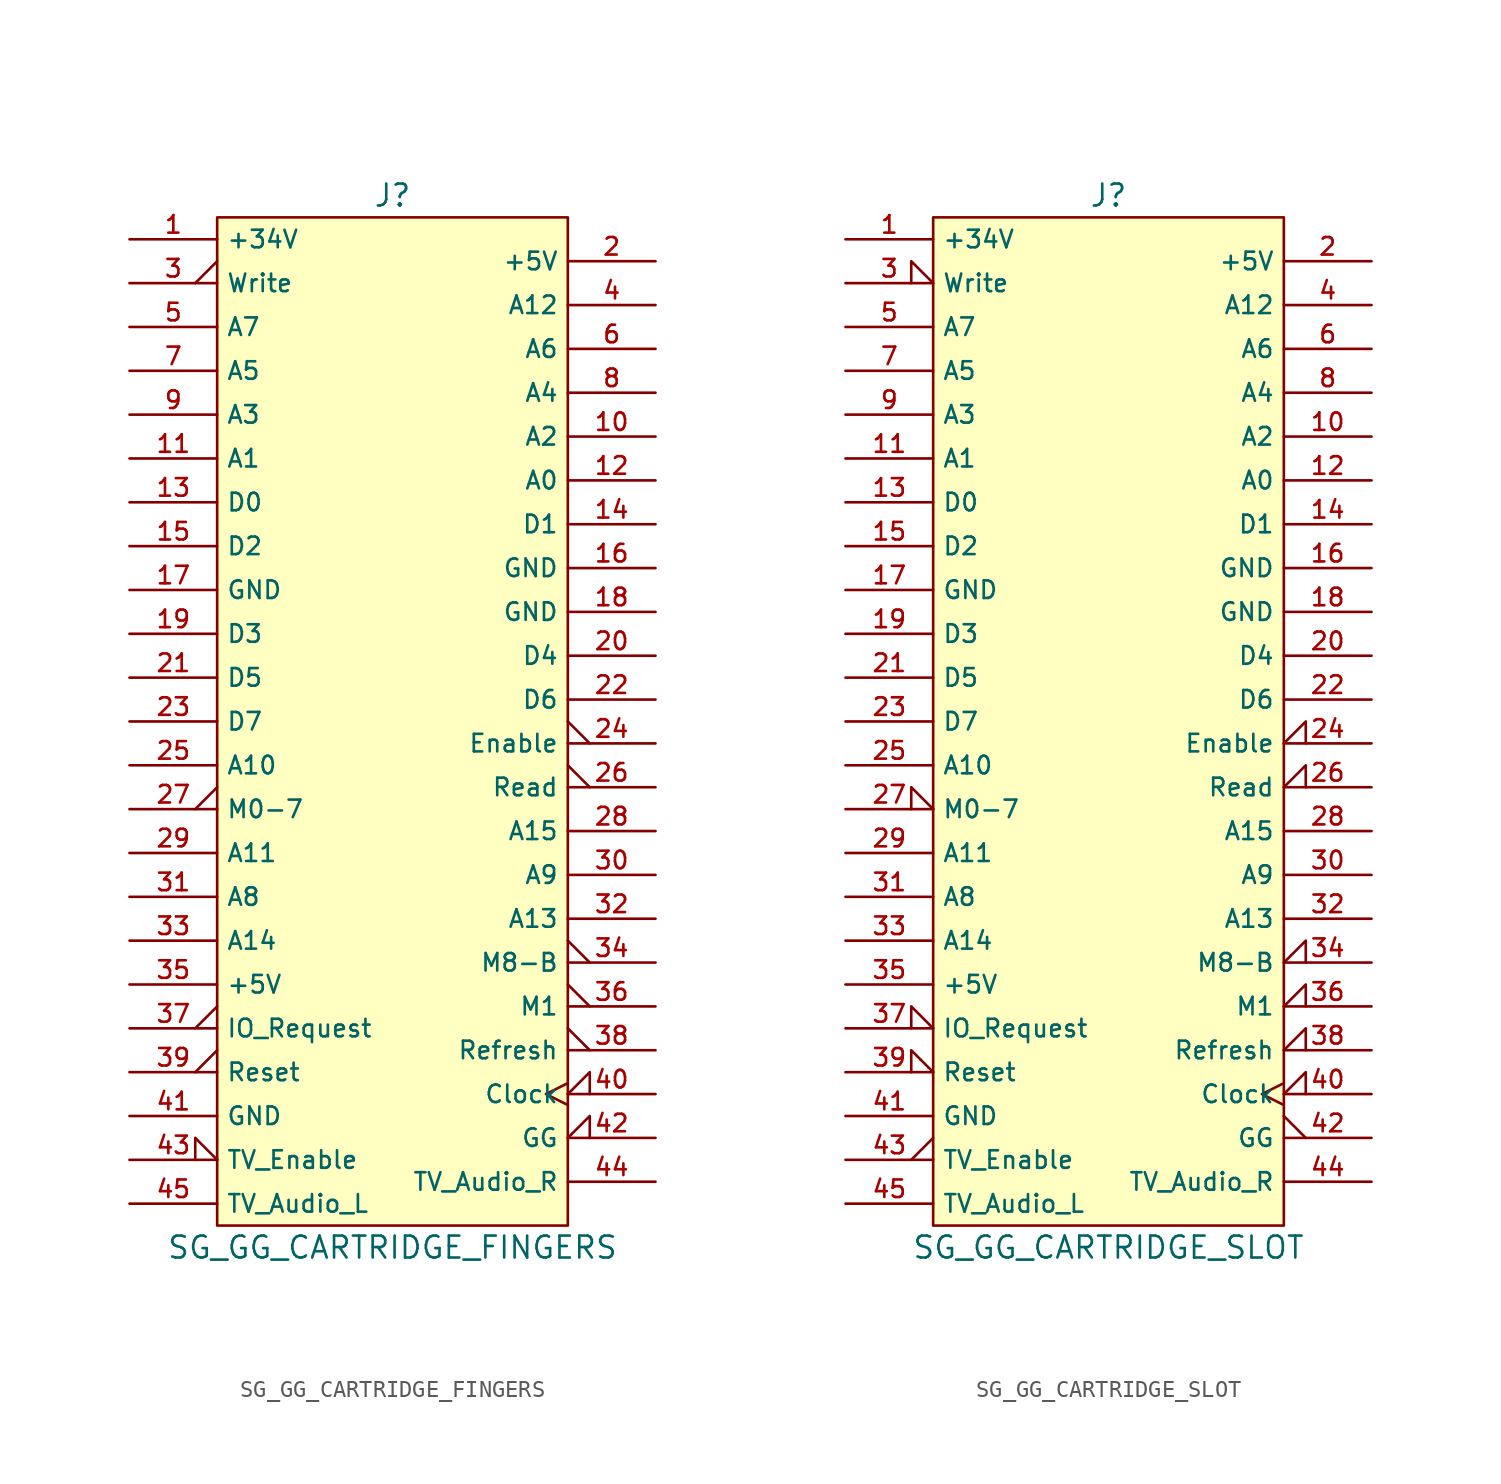
<source format=kicad_sym>
(kicad_symbol_lib
  (version 20211014)
  (generator kicad_symbol_editor)
  (symbol "SG_GG_CARTRIDGE_FINGERS"
    (property "Reference" "J"
      (at 0 30.48 0)
      (effects (font (size 1.27 1.27))))
    (property "Value" "SG_GG_CARTRIDGE_FINGERS"
      (at 0 -30.48 0)
      (effects (font (size 1.27 1.27))))
    (symbol "SG_GG_CARTRIDGE_FINGERS_0_0"
      (pin power_out line (at 15.24 26.67 180) (length 5.08) (name "+5V" (effects (font (size 1.016 1.016)))) (number "2" (effects (font (size 1.016 1.016)))))
      (pin output line (at -15.24 -7.62 0) (length 5.08) (name "A11" (effects (font (size 1.016 1.016)))) (number "29" (effects (font (size 1.016 1.016)))))
      (pin output line (at -15.24 -10.16 0) (length 5.08) (name "A8" (effects (font (size 1.016 1.016)))) (number "31" (effects (font (size 1.016 1.016)))))
      (pin output line (at -15.24 -12.7 0) (length 5.08) (name "A14" (effects (font (size 1.016 1.016)))) (number "33" (effects (font (size 1.016 1.016)))))
      (pin passive line (at -15.24 -15.24 0) (length 5.08) (name "+5V" (effects (font (size 1.016 1.016)))) (number "35" (effects (font (size 1.016 1.016))))))
    (symbol "SG_GG_CARTRIDGE_FINGERS_0_1"
      (rectangle (start -10.16 29.21) (end 10.16 -29.21) (stroke (width 0) (type default) (color 0 0 0 0)) (fill (type background))))
    (symbol "SG_GG_CARTRIDGE_FINGERS_1_1"
      (pin power_out line (at -15.24 27.94 0) (length 5.08) (name "+34V" (effects (font (size 1.016 1.016)))) (number "1" (effects (font (size 1.016 1.016)))))
      (pin output line (at 15.24 16.51 180) (length 5.08) (name "A2" (effects (font (size 1.016 1.016)))) (number "10" (effects (font (size 1.016 1.016)))))
      (pin output line (at -15.24 15.24 0) (length 5.08) (name "A1" (effects (font (size 1.016 1.016)))) (number "11" (effects (font (size 1.016 1.016)))))
      (pin output line (at 15.24 13.97 180) (length 5.08) (name "A0" (effects (font (size 1.016 1.016)))) (number "12" (effects (font (size 1.016 1.016)))))
      (pin bidirectional line (at -15.24 12.7 0) (length 5.08) (name "D0" (effects (font (size 1.016 1.016)))) (number "13" (effects (font (size 1.016 1.016)))))
      (pin bidirectional line (at 15.24 11.43 180) (length 5.08) (name "D1" (effects (font (size 1.016 1.016)))) (number "14" (effects (font (size 1.016 1.016)))))
      (pin bidirectional line (at -15.24 10.16 0) (length 5.08) (name "D2" (effects (font (size 1.016 1.016)))) (number "15" (effects (font (size 1.016 1.016)))))
      (pin passive line (at 15.24 8.89 180) (length 5.08) (name "GND" (effects (font (size 1.016 1.016)))) (number "16" (effects (font (size 1.016 1.016)))))
      (pin power_out line (at -15.24 7.62 0) (length 5.08) (name "GND" (effects (font (size 1.016 1.016)))) (number "17" (effects (font (size 1.016 1.016)))))
      (pin passive line (at 15.24 6.35 180) (length 5.08) (name "GND" (effects (font (size 1.016 1.016)))) (number "18" (effects (font (size 1.016 1.016)))))
      (pin bidirectional line (at -15.24 5.08 0) (length 5.08) (name "D3" (effects (font (size 1.016 1.016)))) (number "19" (effects (font (size 1.016 1.016)))))
      (pin bidirectional line (at 15.24 3.81 180) (length 5.08) (name "D4" (effects (font (size 1.016 1.016)))) (number "20" (effects (font (size 1.016 1.016)))))
      (pin bidirectional line (at -15.24 2.54 0) (length 5.08) (name "D5" (effects (font (size 1.016 1.016)))) (number "21" (effects (font (size 1.016 1.016)))))
      (pin bidirectional line (at 15.24 1.27 180) (length 5.08) (name "D6" (effects (font (size 1.016 1.016)))) (number "22" (effects (font (size 1.016 1.016)))))
      (pin bidirectional line (at -15.24 0 0) (length 5.08) (name "D7" (effects (font (size 1.016 1.016)))) (number "23" (effects (font (size 1.016 1.016)))))
      (pin output output_low (at 15.24 -1.27 180) (length 5.08) (name "Enable" (effects (font (size 1.016 1.016)))) (number "24" (effects (font (size 1.016 1.016)))))
      (pin output line (at -15.24 -2.54 0) (length 5.08) (name "A10" (effects (font (size 1.016 1.016)))) (number "25" (effects (font (size 1.016 1.016)))))
      (pin output output_low (at 15.24 -3.81 180) (length 5.08) (name "Read" (effects (font (size 1.016 1.016)))) (number "26" (effects (font (size 1.016 1.016)))))
      (pin output output_low (at -15.24 -5.08 0) (length 5.08) (name "M0-7" (effects (font (size 1.016 1.016)))) (number "27" (effects (font (size 1.016 1.016)))))
      (pin output line (at 15.24 -6.35 180) (length 5.08) (name "A15" (effects (font (size 1.016 1.016)))) (number "28" (effects (font (size 1.016 1.016)))))
      (pin output output_low (at -15.24 25.4 0) (length 5.08) (name "Write" (effects (font (size 1.016 1.016)))) (number "3" (effects (font (size 1.016 1.016)))))
      (pin output line (at 15.24 -8.89 180) (length 5.08) (name "A9" (effects (font (size 1.016 1.016)))) (number "30" (effects (font (size 1.016 1.016)))))
      (pin output line (at 15.24 -11.43 180) (length 5.08) (name "A13" (effects (font (size 1.016 1.016)))) (number "32" (effects (font (size 1.016 1.016)))))
      (pin output output_low (at 15.24 -13.97 180) (length 5.08) (name "M8-B" (effects (font (size 1.016 1.016)))) (number "34" (effects (font (size 1.016 1.016)))))
      (pin output output_low (at 15.24 -16.51 180) (length 5.08) (name "M1" (effects (font (size 1.016 1.016)))) (number "36" (effects (font (size 1.016 1.016)))))
      (pin output output_low (at -15.24 -17.78 0) (length 5.08) (name "IO_Request" (effects (font (size 1.016 1.016)))) (number "37" (effects (font (size 1.016 1.016)))))
      (pin output output_low (at 15.24 -19.05 180) (length 5.08) (name "Refresh" (effects (font (size 1.016 1.016)))) (number "38" (effects (font (size 1.016 1.016)))))
      (pin output output_low (at -15.24 -20.32 0) (length 5.08) (name "Reset" (effects (font (size 1.016 1.016)))) (number "39" (effects (font (size 1.016 1.016)))))
      (pin output line (at 15.24 24.13 180) (length 5.08) (name "A12" (effects (font (size 1.016 1.016)))) (number "4" (effects (font (size 1.016 1.016)))))
      (pin output clock_low (at 15.24 -21.59 180) (length 5.08) (name "Clock" (effects (font (size 1.016 1.016)))) (number "40" (effects (font (size 1.016 1.016)))))
      (pin passive line (at -15.24 -22.86 0) (length 5.08) (name "GND" (effects (font (size 1.016 1.016)))) (number "41" (effects (font (size 1.016 1.016)))))
      (pin input input_low (at 15.24 -24.13 180) (length 5.08) (name "GG" (effects (font (size 1.016 1.016)))) (number "42" (effects (font (size 1.016 1.016)))))
      (pin input input_low (at -15.24 -25.4 0) (length 5.08) (name "TV_Enable" (effects (font (size 1.016 1.016)))) (number "43" (effects (font (size 1.016 1.016)))))
      (pin input line (at 15.24 -26.67 180) (length 5.08) (name "TV_Audio_R" (effects (font (size 1.016 1.016)))) (number "44" (effects (font (size 1.016 1.016)))))
      (pin input line (at -15.24 -27.94 0) (length 5.08) (name "TV_Audio_L" (effects (font (size 1.016 1.016)))) (number "45" (effects (font (size 1.016 1.016)))))
      (pin output line (at -15.24 22.86 0) (length 5.08) (name "A7" (effects (font (size 1.016 1.016)))) (number "5" (effects (font (size 1.016 1.016)))))
      (pin output line (at 15.24 21.59 180) (length 5.08) (name "A6" (effects (font (size 1.016 1.016)))) (number "6" (effects (font (size 1.016 1.016)))))
      (pin output line (at -15.24 20.32 0) (length 5.08) (name "A5" (effects (font (size 1.016 1.016)))) (number "7" (effects (font (size 1.016 1.016)))))
      (pin output line (at 15.24 19.05 180) (length 5.08) (name "A4" (effects (font (size 1.016 1.016)))) (number "8" (effects (font (size 1.016 1.016)))))
      (pin output line (at -15.24 17.78 0) (length 5.08) (name "A3" (effects (font (size 1.016 1.016)))) (number "9" (effects (font (size 1.016 1.016)))))))
  (symbol "SG_GG_CARTRIDGE_SLOT"
    (property "Reference" "J"
      (at 0 30.48 0)
      (effects (font (size 1.27 1.27))))
    (property "Value" "SG_GG_CARTRIDGE_SLOT"
      (at 0 -30.48 0)
      (effects (font (size 1.27 1.27))))
    (symbol "SG_GG_CARTRIDGE_SLOT_0_0"
      (pin power_in line (at 15.24 26.67 180) (length 5.08) (name "+5V" (effects (font (size 1.016 1.016)))) (number "2" (effects (font (size 1.016 1.016)))))
      (pin input line (at -15.24 -7.62 0) (length 5.08) (name "A11" (effects (font (size 1.016 1.016)))) (number "29" (effects (font (size 1.016 1.016)))))
      (pin input line (at -15.24 -10.16 0) (length 5.08) (name "A8" (effects (font (size 1.016 1.016)))) (number "31" (effects (font (size 1.016 1.016)))))
      (pin input line (at -15.24 -12.7 0) (length 5.08) (name "A14" (effects (font (size 1.016 1.016)))) (number "33" (effects (font (size 1.016 1.016)))))
      (pin power_in line (at -15.24 -15.24 0) (length 5.08) (name "+5V" (effects (font (size 1.016 1.016)))) (number "35" (effects (font (size 1.016 1.016))))))
    (symbol "SG_GG_CARTRIDGE_SLOT_0_1"
      (rectangle (start -10.16 29.21) (end 10.16 -29.21) (stroke (width 0) (type default) (color 0 0 0 0)) (fill (type background))))
    (symbol "SG_GG_CARTRIDGE_SLOT_1_1"
      (pin power_in line (at -15.24 27.94 0) (length 5.08) (name "+34V" (effects (font (size 1.016 1.016)))) (number "1" (effects (font (size 1.016 1.016)))))
      (pin input line (at 15.24 16.51 180) (length 5.08) (name "A2" (effects (font (size 1.016 1.016)))) (number "10" (effects (font (size 1.016 1.016)))))
      (pin input line (at -15.24 15.24 0) (length 5.08) (name "A1" (effects (font (size 1.016 1.016)))) (number "11" (effects (font (size 1.016 1.016)))))
      (pin input line (at 15.24 13.97 180) (length 5.08) (name "A0" (effects (font (size 1.016 1.016)))) (number "12" (effects (font (size 1.016 1.016)))))
      (pin bidirectional line (at -15.24 12.7 0) (length 5.08) (name "D0" (effects (font (size 1.016 1.016)))) (number "13" (effects (font (size 1.016 1.016)))))
      (pin bidirectional line (at 15.24 11.43 180) (length 5.08) (name "D1" (effects (font (size 1.016 1.016)))) (number "14" (effects (font (size 1.016 1.016)))))
      (pin bidirectional line (at -15.24 10.16 0) (length 5.08) (name "D2" (effects (font (size 1.016 1.016)))) (number "15" (effects (font (size 1.016 1.016)))))
      (pin power_in line (at 15.24 8.89 180) (length 5.08) (name "GND" (effects (font (size 1.016 1.016)))) (number "16" (effects (font (size 1.016 1.016)))))
      (pin power_in line (at -15.24 7.62 0) (length 5.08) (name "GND" (effects (font (size 1.016 1.016)))) (number "17" (effects (font (size 1.016 1.016)))))
      (pin power_in line (at 15.24 6.35 180) (length 5.08) (name "GND" (effects (font (size 1.016 1.016)))) (number "18" (effects (font (size 1.016 1.016)))))
      (pin bidirectional line (at -15.24 5.08 0) (length 5.08) (name "D3" (effects (font (size 1.016 1.016)))) (number "19" (effects (font (size 1.016 1.016)))))
      (pin bidirectional line (at 15.24 3.81 180) (length 5.08) (name "D4" (effects (font (size 1.016 1.016)))) (number "20" (effects (font (size 1.016 1.016)))))
      (pin bidirectional line (at -15.24 2.54 0) (length 5.08) (name "D5" (effects (font (size 1.016 1.016)))) (number "21" (effects (font (size 1.016 1.016)))))
      (pin bidirectional line (at 15.24 1.27 180) (length 5.08) (name "D6" (effects (font (size 1.016 1.016)))) (number "22" (effects (font (size 1.016 1.016)))))
      (pin bidirectional line (at -15.24 0 0) (length 5.08) (name "D7" (effects (font (size 1.016 1.016)))) (number "23" (effects (font (size 1.016 1.016)))))
      (pin input input_low (at 15.24 -1.27 180) (length 5.08) (name "Enable" (effects (font (size 1.016 1.016)))) (number "24" (effects (font (size 1.016 1.016)))))
      (pin input line (at -15.24 -2.54 0) (length 5.08) (name "A10" (effects (font (size 1.016 1.016)))) (number "25" (effects (font (size 1.016 1.016)))))
      (pin input input_low (at 15.24 -3.81 180) (length 5.08) (name "Read" (effects (font (size 1.016 1.016)))) (number "26" (effects (font (size 1.016 1.016)))))
      (pin input input_low (at -15.24 -5.08 0) (length 5.08) (name "M0-7" (effects (font (size 1.016 1.016)))) (number "27" (effects (font (size 1.016 1.016)))))
      (pin input line (at 15.24 -6.35 180) (length 5.08) (name "A15" (effects (font (size 1.016 1.016)))) (number "28" (effects (font (size 1.016 1.016)))))
      (pin input input_low (at -15.24 25.4 0) (length 5.08) (name "Write" (effects (font (size 1.016 1.016)))) (number "3" (effects (font (size 1.016 1.016)))))
      (pin input line (at 15.24 -8.89 180) (length 5.08) (name "A9" (effects (font (size 1.016 1.016)))) (number "30" (effects (font (size 1.016 1.016)))))
      (pin input line (at 15.24 -11.43 180) (length 5.08) (name "A13" (effects (font (size 1.016 1.016)))) (number "32" (effects (font (size 1.016 1.016)))))
      (pin input input_low (at 15.24 -13.97 180) (length 5.08) (name "M8-B" (effects (font (size 1.016 1.016)))) (number "34" (effects (font (size 1.016 1.016)))))
      (pin input input_low (at 15.24 -16.51 180) (length 5.08) (name "M1" (effects (font (size 1.016 1.016)))) (number "36" (effects (font (size 1.016 1.016)))))
      (pin input input_low (at -15.24 -17.78 0) (length 5.08) (name "IO_Request" (effects (font (size 1.016 1.016)))) (number "37" (effects (font (size 1.016 1.016)))))
      (pin input input_low (at 15.24 -19.05 180) (length 5.08) (name "Refresh" (effects (font (size 1.016 1.016)))) (number "38" (effects (font (size 1.016 1.016)))))
      (pin input input_low (at -15.24 -20.32 0) (length 5.08) (name "Reset" (effects (font (size 1.016 1.016)))) (number "39" (effects (font (size 1.016 1.016)))))
      (pin input line (at 15.24 24.13 180) (length 5.08) (name "A12" (effects (font (size 1.016 1.016)))) (number "4" (effects (font (size 1.016 1.016)))))
      (pin input clock_low (at 15.24 -21.59 180) (length 5.08) (name "Clock" (effects (font (size 1.016 1.016)))) (number "40" (effects (font (size 1.016 1.016)))))
      (pin power_in line (at -15.24 -22.86 0) (length 5.08) (name "GND" (effects (font (size 1.016 1.016)))) (number "41" (effects (font (size 1.016 1.016)))))
      (pin output output_low (at 15.24 -24.13 180) (length 5.08) (name "GG" (effects (font (size 1.016 1.016)))) (number "42" (effects (font (size 1.016 1.016)))))
      (pin output output_low (at -15.24 -25.4 0) (length 5.08) (name "TV_Enable" (effects (font (size 1.016 1.016)))) (number "43" (effects (font (size 1.016 1.016)))))
      (pin output line (at 15.24 -26.67 180) (length 5.08) (name "TV_Audio_R" (effects (font (size 1.016 1.016)))) (number "44" (effects (font (size 1.016 1.016)))))
      (pin output line (at -15.24 -27.94 0) (length 5.08) (name "TV_Audio_L" (effects (font (size 1.016 1.016)))) (number "45" (effects (font (size 1.016 1.016)))))
      (pin input line (at -15.24 22.86 0) (length 5.08) (name "A7" (effects (font (size 1.016 1.016)))) (number "5" (effects (font (size 1.016 1.016)))))
      (pin input line (at 15.24 21.59 180) (length 5.08) (name "A6" (effects (font (size 1.016 1.016)))) (number "6" (effects (font (size 1.016 1.016)))))
      (pin input line (at -15.24 20.32 0) (length 5.08) (name "A5" (effects (font (size 1.016 1.016)))) (number "7" (effects (font (size 1.016 1.016)))))
      (pin input line (at 15.24 19.05 180) (length 5.08) (name "A4" (effects (font (size 1.016 1.016)))) (number "8" (effects (font (size 1.016 1.016)))))
      (pin input line (at -15.24 17.78 0) (length 5.08) (name "A3" (effects (font (size 1.016 1.016)))) (number "9" (effects (font (size 1.016 1.016))))))))
</source>
